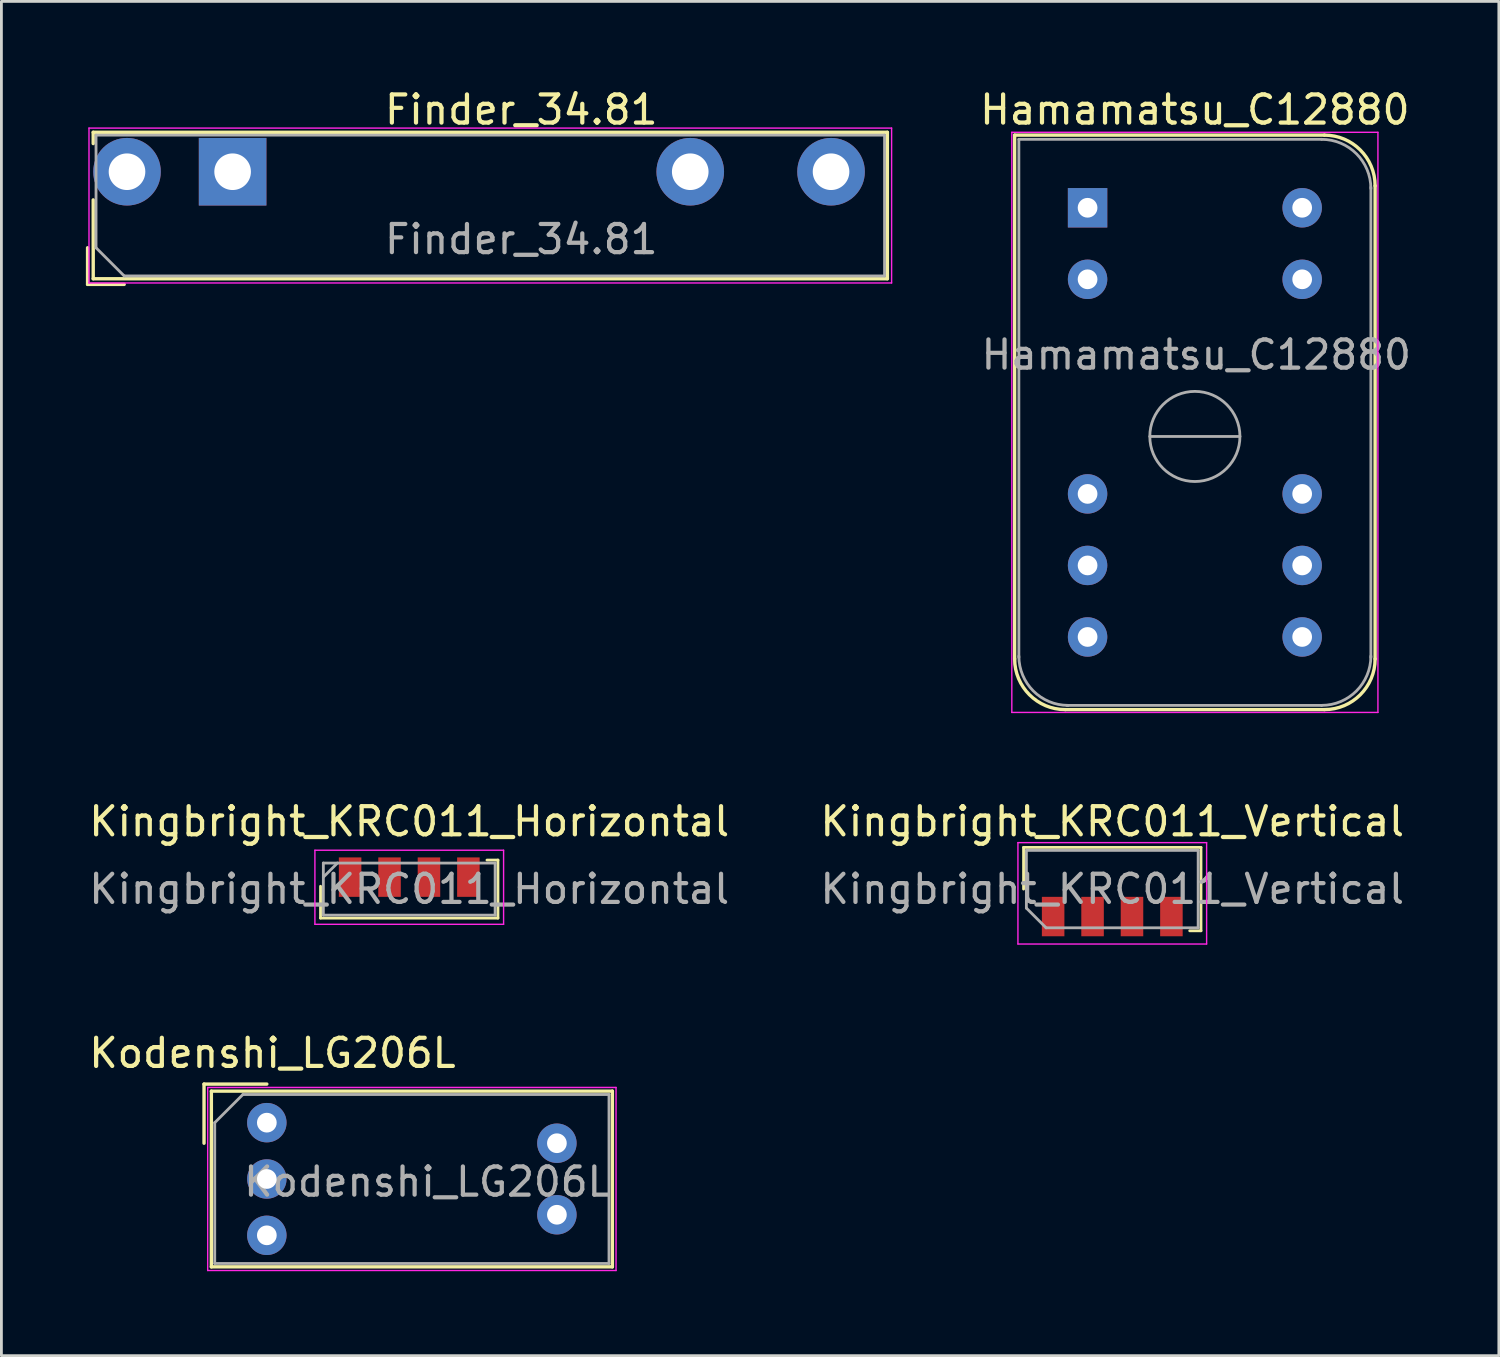
<source format=kicad_pcb>
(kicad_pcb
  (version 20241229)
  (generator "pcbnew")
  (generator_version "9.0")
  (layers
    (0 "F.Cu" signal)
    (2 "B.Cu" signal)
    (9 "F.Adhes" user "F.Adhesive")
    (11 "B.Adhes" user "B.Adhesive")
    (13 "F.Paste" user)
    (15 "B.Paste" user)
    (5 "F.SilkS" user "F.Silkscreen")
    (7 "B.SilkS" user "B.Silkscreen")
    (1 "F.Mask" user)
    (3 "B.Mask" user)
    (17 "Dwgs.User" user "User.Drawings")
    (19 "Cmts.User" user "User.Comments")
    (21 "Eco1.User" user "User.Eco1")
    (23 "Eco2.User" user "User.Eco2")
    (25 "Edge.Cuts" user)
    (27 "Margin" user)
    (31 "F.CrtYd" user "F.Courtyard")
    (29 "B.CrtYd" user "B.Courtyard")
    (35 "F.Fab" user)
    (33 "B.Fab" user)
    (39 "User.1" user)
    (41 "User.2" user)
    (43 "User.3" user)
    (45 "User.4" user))
  (footprint "Finder_34.81"
    (layer "F.Cu")
    (at 5.21 3.048)
    (property "Reference" "Finder_34.81" (at 10.25 -2.2 0) (layer "F.SilkS") (effects (font (size 1 1) (thickness 0.15))))
    (attr through_hole)
    (fp_line (start -5.15 4) (end -5.15 2.7) (stroke (width 0.12) (type solid)) (layer "F.SilkS"))
    (fp_line (start -4.95 -1.4) (end -4.95 -1) (stroke (width 0.12) (type solid)) (layer "F.SilkS"))
    (fp_line (start -4.95 -1.4) (end 23.25 -1.4) (stroke (width 0.12) (type solid)) (layer "F.SilkS"))
    (fp_line (start -4.95 3.8) (end -4.95 1) (stroke (width 0.12) (type solid)) (layer "F.SilkS"))
    (fp_line (start -3.85 4) (end -5.15 4) (stroke (width 0.12) (type solid)) (layer "F.SilkS"))
    (fp_line (start 23.25 -1.4) (end 23.25 3.8) (stroke (width 0.12) (type solid)) (layer "F.SilkS"))
    (fp_line (start 23.25 3.8) (end -4.95 3.8) (stroke (width 0.12) (type solid)) (layer "F.SilkS"))
    (fp_line (start -5.1 -1.55) (end -5.1 3.95) (stroke (width 0.05) (type solid)) (layer "F.CrtYd"))
    (fp_line (start -5.1 -1.55) (end 23.4 -1.55) (stroke (width 0.05) (type solid)) (layer "F.CrtYd"))
    (fp_line (start 23.4 3.95) (end -5.1 3.95) (stroke (width 0.05) (type solid)) (layer "F.CrtYd"))
    (fp_line (start 23.4 3.95) (end 23.4 -1.55) (stroke (width 0.05) (type solid)) (layer "F.CrtYd"))
    (fp_line (start -4.85 -1.3) (end 23.15 -1.3) (stroke (width 0.1) (type solid)) (layer "F.Fab"))
    (fp_line (start -4.85 2.7) (end -4.85 -1.3) (stroke (width 0.1) (type solid)) (layer "F.Fab"))
    (fp_line (start -3.85 3.7) (end -4.85 2.7) (stroke (width 0.1) (type solid)) (layer "F.Fab"))
    (fp_line (start 23.15 -1.3) (end 23.15 3.7) (stroke (width 0.1) (type solid)) (layer "F.Fab"))
    (fp_line (start 23.15 3.7) (end -3.85 3.7) (stroke (width 0.1) (type solid)) (layer "F.Fab"))
    (fp_text user "${REFERENCE}" (at 10.25 2.4 0) (layer "F.Fab") (effects (font (size 1 1) (thickness 0.15))))
    (pad "11" thru_hole circle (at 16.25 0) (size 2.4 2.4) (drill 1.3) (layers "*.Cu" "*.Mask"))
    (pad "14" thru_hole circle (at 21.25 0) (size 2.4 2.4) (drill 1.3) (layers "*.Cu" "*.Mask"))
    (pad "A1" thru_hole rect (at 0 0) (size 2.4 2.4) (drill 1.3) (layers "*.Cu" "*.Mask"))
    (pad "A2" thru_hole circle (at -3.75 0) (size 2.4 2.4) (drill 1.3) (layers "*.Cu" "*.Mask")))
  (footprint "Kingbright_KRC011_Horizontal"
    (layer "F.Cu")
    (at 11.482 28.521)
    (property "Reference" "Kingbright_KRC011_Horizontal" (at 0 -2.4 0) (layer "F.SilkS") (effects (font (size 1 1) (thickness 0.15))))
    (attr smd)
    (fp_line (start -3.15 -0.1) (end -3.15 1.03) (stroke (width 0.1) (type solid)) (layer "F.SilkS"))
    (fp_line (start -3.15 1.03) (end 3.15 1.03) (stroke (width 0.1) (type solid)) (layer "F.SilkS"))
    (fp_line (start 3.15 -1.03) (end 2.76 -1.03) (stroke (width 0.1) (type solid)) (layer "F.SilkS"))
    (fp_line (start 3.15 -1.03) (end 3.15 1.03) (stroke (width 0.1) (type solid)) (layer "F.SilkS"))
    (fp_line (start -3.35 -1.38) (end -3.35 1.25) (stroke (width 0.05) (type solid)) (layer "F.CrtYd"))
    (fp_line (start -3.35 -1.38) (end 3.35 -1.38) (stroke (width 0.05) (type solid)) (layer "F.CrtYd"))
    (fp_line (start -3.35 1.25) (end 3.35 1.25) (stroke (width 0.05) (type solid)) (layer "F.CrtYd"))
    (fp_line (start 3.35 1.25) (end 3.35 -1.38) (stroke (width 0.05) (type solid)) (layer "F.CrtYd"))
    (fp_line (start -3.05 -0.925) (end 3.05 -0.925) (stroke (width 0.1) (type solid)) (layer "F.Fab"))
    (fp_line (start -3.05 -0.425) (end -2.55 -0.925) (stroke (width 0.1) (type solid)) (layer "F.Fab"))
    (fp_line (start -3.05 0.925) (end -3.05 -0.925) (stroke (width 0.1) (type solid)) (layer "F.Fab"))
    (fp_line (start 3.05 -0.925) (end 3.05 0.925) (stroke (width 0.1) (type solid)) (layer "F.Fab"))
    (fp_line (start 3.05 0.925) (end -3.05 0.925) (stroke (width 0.1) (type solid)) (layer "F.Fab"))
    (fp_text user "${REFERENCE}" (at 0 0 0) (layer "F.Fab") (effects (font (size 1 1) (thickness 0.15))))
    (pad "1" smd rect (at -2.1 -0.425) (size 0.8 1.4) (layers "F.Cu" "F.Mask" "F.Paste"))
    (pad "2" smd rect (at -0.7 -0.425) (size 0.8 1.4) (layers "F.Cu" "F.Mask" "F.Paste"))
    (pad "3" smd rect (at 0.7 -0.425) (size 0.8 1.4) (layers "F.Cu" "F.Mask" "F.Paste"))
    (pad "4" smd rect (at 2.1 -0.425) (size 0.8 1.4) (layers "F.Cu" "F.Mask" "F.Paste")))
  (footprint "Kodenshi_LG206L"
    (layer "F.Cu")
    (at 6.425 36.815)
    (property "Reference" "Kodenshi_LG206L" (at 0.2 -2.47 0) (layer "F.SilkS") (effects (font (size 1 1) (thickness 0.15))))
    (attr through_hole)
    (fp_line (start -2.23 -1.37) (end 0 -1.37) (stroke (width 0.12) (type solid)) (layer "F.SilkS"))
    (fp_line (start -2.23 0.73) (end -2.23 -1.37) (stroke (width 0.12) (type solid)) (layer "F.SilkS"))
    (fp_line (start -1.97 -1.12) (end 12.27 -1.12) (stroke (width 0.12) (type solid)) (layer "F.SilkS"))
    (fp_line (start -1.97 5.12) (end -1.97 -1.12) (stroke (width 0.12) (type solid)) (layer "F.SilkS"))
    (fp_line (start 12.27 -1.12) (end 12.27 5.12) (stroke (width 0.12) (type solid)) (layer "F.SilkS"))
    (fp_line (start 12.27 5.12) (end -1.97 5.12) (stroke (width 0.12) (type solid)) (layer "F.SilkS"))
    (fp_line (start -2.1 -1.25) (end 12.4 -1.25) (stroke (width 0.05) (type solid)) (layer "F.CrtYd"))
    (fp_line (start -2.1 5.25) (end -2.1 -1.25) (stroke (width 0.05) (type solid)) (layer "F.CrtYd"))
    (fp_line (start 12.4 -1.25) (end 12.4 5.25) (stroke (width 0.05) (type solid)) (layer "F.CrtYd"))
    (fp_line (start 12.4 5.25) (end -2.1 5.25) (stroke (width 0.05) (type solid)) (layer "F.CrtYd"))
    (fp_line (start -1.85 0) (end -0.85 -1) (stroke (width 0.1) (type solid)) (layer "F.Fab"))
    (fp_line (start -1.85 5) (end -1.85 0) (stroke (width 0.1) (type solid)) (layer "F.Fab"))
    (fp_line (start -1.85 5) (end 12.15 5) (stroke (width 0.1) (type solid)) (layer "F.Fab"))
    (fp_line (start -0.85 -1) (end 12.15 -1) (stroke (width 0.1) (type solid)) (layer "F.Fab"))
    (fp_line (start 12.15 -1) (end 12.15 5) (stroke (width 0.1) (type solid)) (layer "F.Fab"))
    (fp_text user "${REFERENCE}" (at 5.7 2.1 0) (layer "F.Fab") (effects (font (size 1 1) (thickness 0.15))))
    (pad "1" thru_hole circle (at 0 0) (size 1.4 1.4) (drill 0.7) (layers "*.Cu" "*.Mask"))
    (pad "2" thru_hole circle (at 0 2) (size 1.4 1.4) (drill 0.7) (layers "*.Cu" "*.Mask"))
    (pad "3" thru_hole circle (at 0 4) (size 1.4 1.4) (drill 0.7) (layers "*.Cu" "*.Mask"))
    (pad "4" thru_hole circle (at 10.3 3.27) (size 1.4 1.4) (drill 0.7) (layers "*.Cu" "*.Mask"))
    (pad "5" thru_hole circle (at 10.3 0.73) (size 1.4 1.4) (drill 0.7) (layers "*.Cu" "*.Mask")))
  (footprint "Hamamatsu_C12880"
    (layer "F.Cu")
    (at 35.569 4.328)
    (property "Reference" "Hamamatsu_C12880" (at 3.81 -3.48 0) (layer "F.SilkS") (effects (font (size 1 1) (thickness 0.15))))
    (attr through_hole)
    (fp_line (start -2.59 -2.58) (end -2.59 16.02) (stroke (width 0.12) (type solid)) (layer "F.SilkS"))
    (fp_line (start -0.79 17.82) (end 8.41 17.82) (stroke (width 0.12) (type solid)) (layer "F.SilkS"))
    (fp_line (start 8.41 -2.58) (end -2.59 -2.58) (stroke (width 0.12) (type solid)) (layer "F.SilkS"))
    (fp_line (start 10.21 16.02) (end 10.21 -0.78) (stroke (width 0.12) (type solid)) (layer "F.SilkS"))
    (fp_arc (start -0.79 17.82) (mid -2.062792 17.292792) (end -2.59 16.02) (stroke (width 0.12) (type solid)) (layer "F.SilkS"))
    (fp_arc (start 8.41 -2.58) (mid 9.682792 -2.052792) (end 10.21 -0.78) (stroke (width 0.12) (type solid)) (layer "F.SilkS"))
    (fp_arc (start 10.21 16.02) (mid 9.682792 17.292792) (end 8.41 17.82) (stroke (width 0.12) (type solid)) (layer "F.SilkS"))
    (fp_line (start -2.69 -2.68) (end -2.69 17.92) (stroke (width 0.05) (type solid)) (layer "F.CrtYd"))
    (fp_line (start -2.69 -2.68) (end 10.31 -2.68) (stroke (width 0.05) (type solid)) (layer "F.CrtYd"))
    (fp_line (start 10.31 17.92) (end -2.69 17.92) (stroke (width 0.05) (type solid)) (layer "F.CrtYd"))
    (fp_line (start 10.31 17.92) (end 10.31 -2.68) (stroke (width 0.05) (type solid)) (layer "F.CrtYd"))
    (fp_line (start -2.44 -2.43) (end -2.44 15.97) (stroke (width 0.1) (type solid)) (layer "F.Fab"))
    (fp_line (start -0.74 17.67) (end 8.31 17.67) (stroke (width 0.1) (type solid)) (layer "F.Fab"))
    (fp_line (start 2.21 8.12) (end 5.41 8.12) (stroke (width 0.1) (type solid)) (layer "F.Fab"))
    (fp_line (start 8.31 -2.43) (end -2.44 -2.43) (stroke (width 0.1) (type solid)) (layer "F.Fab"))
    (fp_line (start 10.06 15.97) (end 10.06 -0.73) (stroke (width 0.1) (type solid)) (layer "F.Fab"))
    (fp_arc (start -0.69 17.67) (mid -1.927437 17.157437) (end -2.44 15.92) (stroke (width 0.1) (type solid)) (layer "F.Fab"))
    (fp_arc (start 8.31 -2.43) (mid 9.547437 -1.917437) (end 10.06 -0.68) (stroke (width 0.1) (type solid)) (layer "F.Fab"))
    (fp_arc (start 10.06 15.92) (mid 9.547437 17.157437) (end 8.31 17.67) (stroke (width 0.1) (type solid)) (layer "F.Fab"))
    (fp_circle (center 3.81 8.12) (end 5.41 8.12) (stroke (width 0.1) (type solid)) (fill no) (layer "F.Fab"))
    (fp_text user "${REFERENCE}" (at 3.86 5.22 0) (layer "F.Fab") (effects (font (size 1 1) (thickness 0.15))))
    (pad "1" thru_hole rect (at 0 0) (size 1.4 1.4) (drill 0.7) (layers "*.Cu" "*.Mask"))
    (pad "2" thru_hole circle (at 0 2.54) (size 1.4 1.4) (drill 0.7) (layers "*.Cu" "*.Mask"))
    (pad "3" thru_hole circle (at 0 10.16) (size 1.4 1.4) (drill 0.7) (layers "*.Cu" "*.Mask"))
    (pad "4" thru_hole circle (at 0 12.7) (size 1.4 1.4) (drill 0.7) (layers "*.Cu" "*.Mask"))
    (pad "5" thru_hole circle (at 0 15.24) (size 1.4 1.4) (drill 0.7) (layers "*.Cu" "*.Mask"))
    (pad "6" thru_hole circle (at 7.62 15.24) (size 1.4 1.4) (drill 0.7) (layers "*.Cu" "*.Mask"))
    (pad "7" thru_hole circle (at 7.62 12.7) (size 1.4 1.4) (drill 0.7) (layers "*.Cu" "*.Mask"))
    (pad "8" thru_hole circle (at 7.62 10.16) (size 1.4 1.4) (drill 0.7) (layers "*.Cu" "*.Mask"))
    (pad "9" thru_hole circle (at 7.62 2.54) (size 1.4 1.4) (drill 0.7) (layers "*.Cu" "*.Mask"))
    (pad "10" thru_hole circle (at 7.62 0) (size 1.4 1.4) (drill 0.7) (layers "*.Cu" "*.Mask")))
  (footprint "Kingbright_KRC011_Vertical"
    (layer "F.Cu")
    (at 36.446 28.521)
    (property "Reference" "Kingbright_KRC011_Vertical" (at 0 -2.4 0) (layer "F.SilkS") (effects (font (size 1 1) (thickness 0.15))))
    (attr smd)
    (fp_line (start -3.15 -1.48) (end -3.15 0) (stroke (width 0.1) (type solid)) (layer "F.SilkS"))
    (fp_line (start 3.15 -1.48) (end -3.15 -1.48) (stroke (width 0.1) (type solid)) (layer "F.SilkS"))
    (fp_line (start 3.15 -1.48) (end 3.15 1.48) (stroke (width 0.1) (type solid)) (layer "F.SilkS"))
    (fp_line (start 3.15 1.48) (end 2.75 1.48) (stroke (width 0.1) (type solid)) (layer "F.SilkS"))
    (fp_line (start -3.35 -1.65) (end -3.35 1.95) (stroke (width 0.05) (type solid)) (layer "F.CrtYd"))
    (fp_line (start -3.35 -1.65) (end 3.35 -1.65) (stroke (width 0.05) (type solid)) (layer "F.CrtYd"))
    (fp_line (start -3.35 1.95) (end 3.35 1.95) (stroke (width 0.05) (type solid)) (layer "F.CrtYd"))
    (fp_line (start 3.35 1.95) (end 3.35 -1.65) (stroke (width 0.05) (type solid)) (layer "F.CrtYd"))
    (fp_line (start -3.05 -1.375) (end 3.05 -1.375) (stroke (width 0.1) (type solid)) (layer "F.Fab"))
    (fp_line (start -3.05 0.675) (end -3.05 -1.375) (stroke (width 0.1) (type solid)) (layer "F.Fab"))
    (fp_line (start -3.05 0.675) (end -2.35 1.375) (stroke (width 0.1) (type solid)) (layer "F.Fab"))
    (fp_line (start 3.05 -1.375) (end 3.05 1.375) (stroke (width 0.1) (type solid)) (layer "F.Fab"))
    (fp_line (start 3.05 1.375) (end -2.35 1.375) (stroke (width 0.1) (type solid)) (layer "F.Fab"))
    (fp_text user "${REFERENCE}" (at 0 0 0) (layer "F.Fab") (effects (font (size 1 1) (thickness 0.15))))
    (pad "1" smd rect (at -2.1 0.975) (size 0.8 1.4) (layers "F.Cu" "F.Mask" "F.Paste"))
    (pad "2" smd rect (at -0.7 0.975) (size 0.8 1.4) (layers "F.Cu" "F.Mask" "F.Paste"))
    (pad "3" smd rect (at 0.7 0.975) (size 0.8 1.4) (layers "F.Cu" "F.Mask" "F.Paste"))
    (pad "4" smd rect (at 2.1 0.975) (size 0.8 1.4) (layers "F.Cu" "F.Mask" "F.Paste")))
  (gr_rect
    (start -3 -3)
    (end 50.173 45.09)
    (stroke (width 0.1) (type default))
    (fill no)
    (layer "Edge.Cuts")))
</source>
